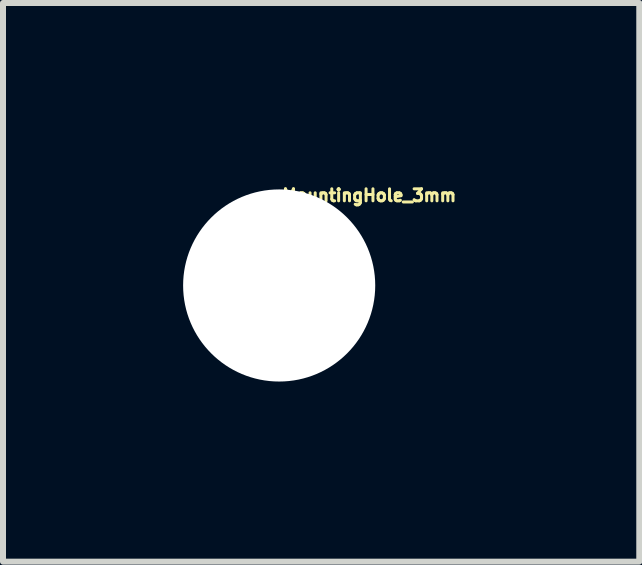
<source format=kicad_pcb>
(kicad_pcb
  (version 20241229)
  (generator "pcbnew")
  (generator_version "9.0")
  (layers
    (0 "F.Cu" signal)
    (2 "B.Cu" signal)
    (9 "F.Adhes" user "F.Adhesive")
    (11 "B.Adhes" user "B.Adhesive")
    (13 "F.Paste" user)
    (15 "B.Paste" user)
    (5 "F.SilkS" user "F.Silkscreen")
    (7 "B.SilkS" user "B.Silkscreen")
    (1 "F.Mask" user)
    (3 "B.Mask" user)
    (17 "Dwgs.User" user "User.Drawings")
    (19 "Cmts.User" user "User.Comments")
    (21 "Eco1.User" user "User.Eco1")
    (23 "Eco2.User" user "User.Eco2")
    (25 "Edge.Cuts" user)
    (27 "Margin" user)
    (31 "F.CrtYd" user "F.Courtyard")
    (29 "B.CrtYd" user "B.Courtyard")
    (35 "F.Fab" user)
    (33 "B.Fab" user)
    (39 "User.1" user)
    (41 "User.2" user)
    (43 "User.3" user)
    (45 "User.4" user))
  (footprint "MountingHole_3mm"
    (layer "F.Cu")
    (at 1.6 1.705)
    (property "Reference" "MountingHole_3mm" (at 1.5 -1.5 0) (layer "F.SilkS") (effects (font (size 0.2 0.2) (thickness 0.05))))
    (attr through_hole)
    (pad "" np_thru_hole circle (at 0 0) (size 3.2 3.2) (drill 3.2) (layers "*.Cu")))
  (gr_rect
    (start -3 -3)
    (end 7.598 6.305)
    (stroke (width 0.1) (type default))
    (fill no)
    (layer "Edge.Cuts")))
</source>
